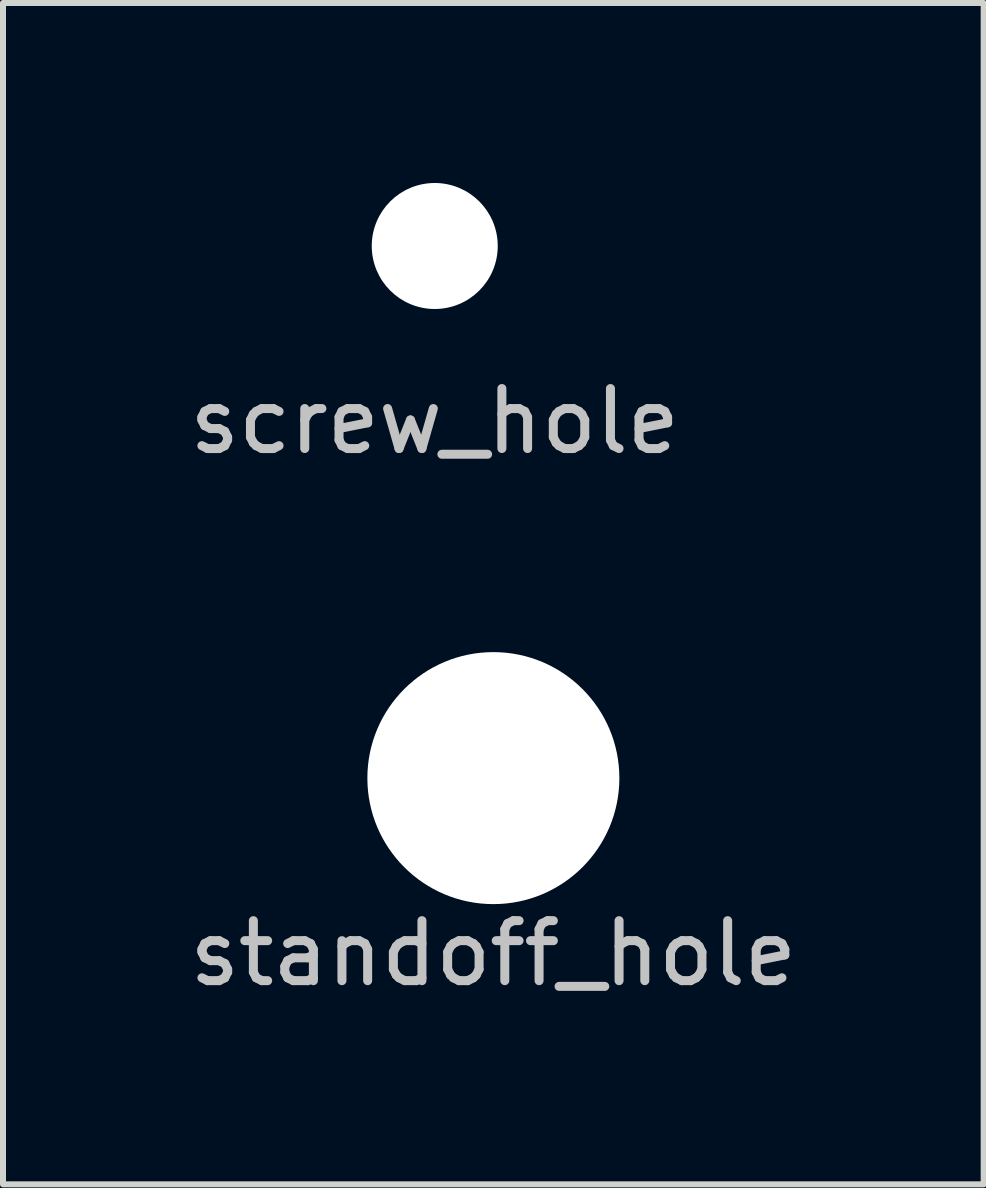
<source format=kicad_pcb>
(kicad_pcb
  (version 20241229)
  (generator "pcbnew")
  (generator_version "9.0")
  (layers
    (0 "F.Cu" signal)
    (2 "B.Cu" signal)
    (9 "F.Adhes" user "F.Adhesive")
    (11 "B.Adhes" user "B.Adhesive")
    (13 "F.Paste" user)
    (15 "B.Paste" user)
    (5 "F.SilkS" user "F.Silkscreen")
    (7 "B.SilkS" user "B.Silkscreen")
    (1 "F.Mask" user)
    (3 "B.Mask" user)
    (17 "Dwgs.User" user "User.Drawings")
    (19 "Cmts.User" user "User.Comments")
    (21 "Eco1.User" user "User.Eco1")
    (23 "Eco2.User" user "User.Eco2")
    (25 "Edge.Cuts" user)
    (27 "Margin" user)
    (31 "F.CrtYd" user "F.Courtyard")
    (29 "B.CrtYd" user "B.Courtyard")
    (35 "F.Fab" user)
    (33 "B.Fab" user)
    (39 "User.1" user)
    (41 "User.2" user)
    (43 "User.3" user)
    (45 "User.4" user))
  (footprint "screw_hole"
    (layer "F.Cu")
    (at 4.196 1.05)
    (property "Reference" "screw_hole" (at 0 2.921 0) (layer "Dwgs.User") (effects (font (size 1 1) (thickness 0.15))))
    (attr through_hole)
    (pad "" np_thru_hole circle (at 0 0) (size 2.1 2.1) (drill 2.1) (layers "*.Cu" "*.Mask")))
  (footprint "standoff_hole"
    (layer "F.Cu")
    (at 5.173 9.919)
    (property "Reference" "standoff_hole" (at 0 2.921 0) (layer "Dwgs.User") (effects (font (size 1 1) (thickness 0.15))))
    (attr through_hole)
    (pad "" np_thru_hole circle (at 0 0) (size 4.2 4.2) (drill 4.2) (layers "*.Cu" "*.Mask")))
  (gr_rect
    (start -3 -3)
    (end 13.345 16.689)
    (stroke (width 0.1) (type default))
    (fill no)
    (layer "Edge.Cuts")))
</source>
